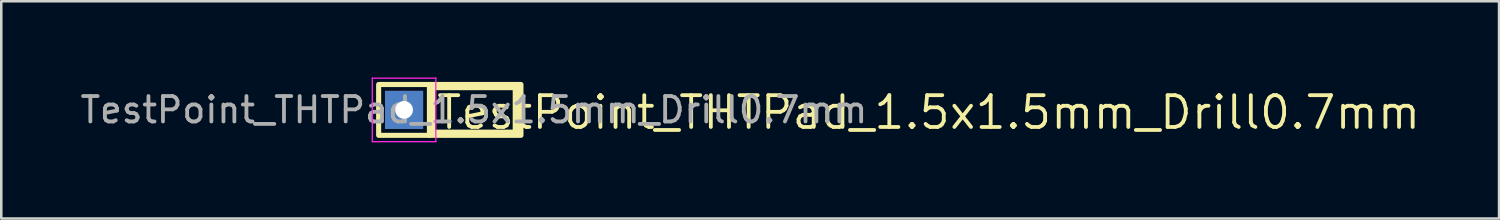
<source format=kicad_pcb>
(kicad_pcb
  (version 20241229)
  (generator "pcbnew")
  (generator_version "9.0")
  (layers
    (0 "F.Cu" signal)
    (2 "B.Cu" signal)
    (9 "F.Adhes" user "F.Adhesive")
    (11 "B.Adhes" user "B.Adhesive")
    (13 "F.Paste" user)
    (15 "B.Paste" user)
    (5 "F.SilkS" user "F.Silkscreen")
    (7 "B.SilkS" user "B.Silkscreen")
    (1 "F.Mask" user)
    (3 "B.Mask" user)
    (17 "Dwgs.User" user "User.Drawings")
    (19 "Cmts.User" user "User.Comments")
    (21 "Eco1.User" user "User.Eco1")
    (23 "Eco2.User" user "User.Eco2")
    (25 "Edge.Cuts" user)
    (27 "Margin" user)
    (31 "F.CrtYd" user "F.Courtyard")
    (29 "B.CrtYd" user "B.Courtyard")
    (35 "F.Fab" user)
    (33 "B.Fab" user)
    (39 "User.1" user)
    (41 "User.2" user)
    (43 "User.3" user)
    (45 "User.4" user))
  (footprint "TestPoint_THTPad_1.5x1.5mm_Drill0.7mm"
    (layer "F.Cu")
    (at 12.851 1.275)
    (property "Reference" "TestPoint_THTPad_1.5x1.5mm_Drill0.7mm" (at 1.2 0.1 0) (layer "F.SilkS") (effects (font (size 1.25 1.25) (thickness 0.15)) (justify left)))
    (attr exclude_from_pos_files)
    (fp_rect (start -1 -1) (end 1 1) (stroke (width 0.2) (type default)) (fill no) (layer "F.SilkS"))
    (fp_rect (start 1 -1) (end 4.6 1) (stroke (width 0.2) (type default)) (fill no) (layer "F.SilkS"))
    (fp_rect (start 1.1 -0.9) (end 4.4 0.9) (stroke (width 0.25) (type default)) (fill no) (layer "F.SilkS"))
    (fp_line (start -1.25 -1.25) (end -1.25 1.25) (stroke (width 0.05) (type solid)) (layer "F.CrtYd"))
    (fp_line (start -1.25 -1.25) (end 1.25 -1.25) (stroke (width 0.05) (type solid)) (layer "F.CrtYd"))
    (fp_line (start 1.25 1.25) (end -1.25 1.25) (stroke (width 0.05) (type solid)) (layer "F.CrtYd"))
    (fp_line (start 1.25 1.25) (end 1.25 -1.25) (stroke (width 0.05) (type solid)) (layer "F.CrtYd"))
    (fp_text user "${REFERENCE}" (at 2.75 0 0) (layer "F.Fab") (effects (font (size 1 1) (thickness 0.15))))
    (pad "1" thru_hole rect (at 0 0) (size 1.5 1.5) (drill 0.7) (layers "*.Cu" "*.Mask")))
  (gr_rect
    (start -3 -3)
    (end 55.942 5.55)
    (stroke (width 0.1) (type default))
    (fill no)
    (layer "Edge.Cuts")))
</source>
